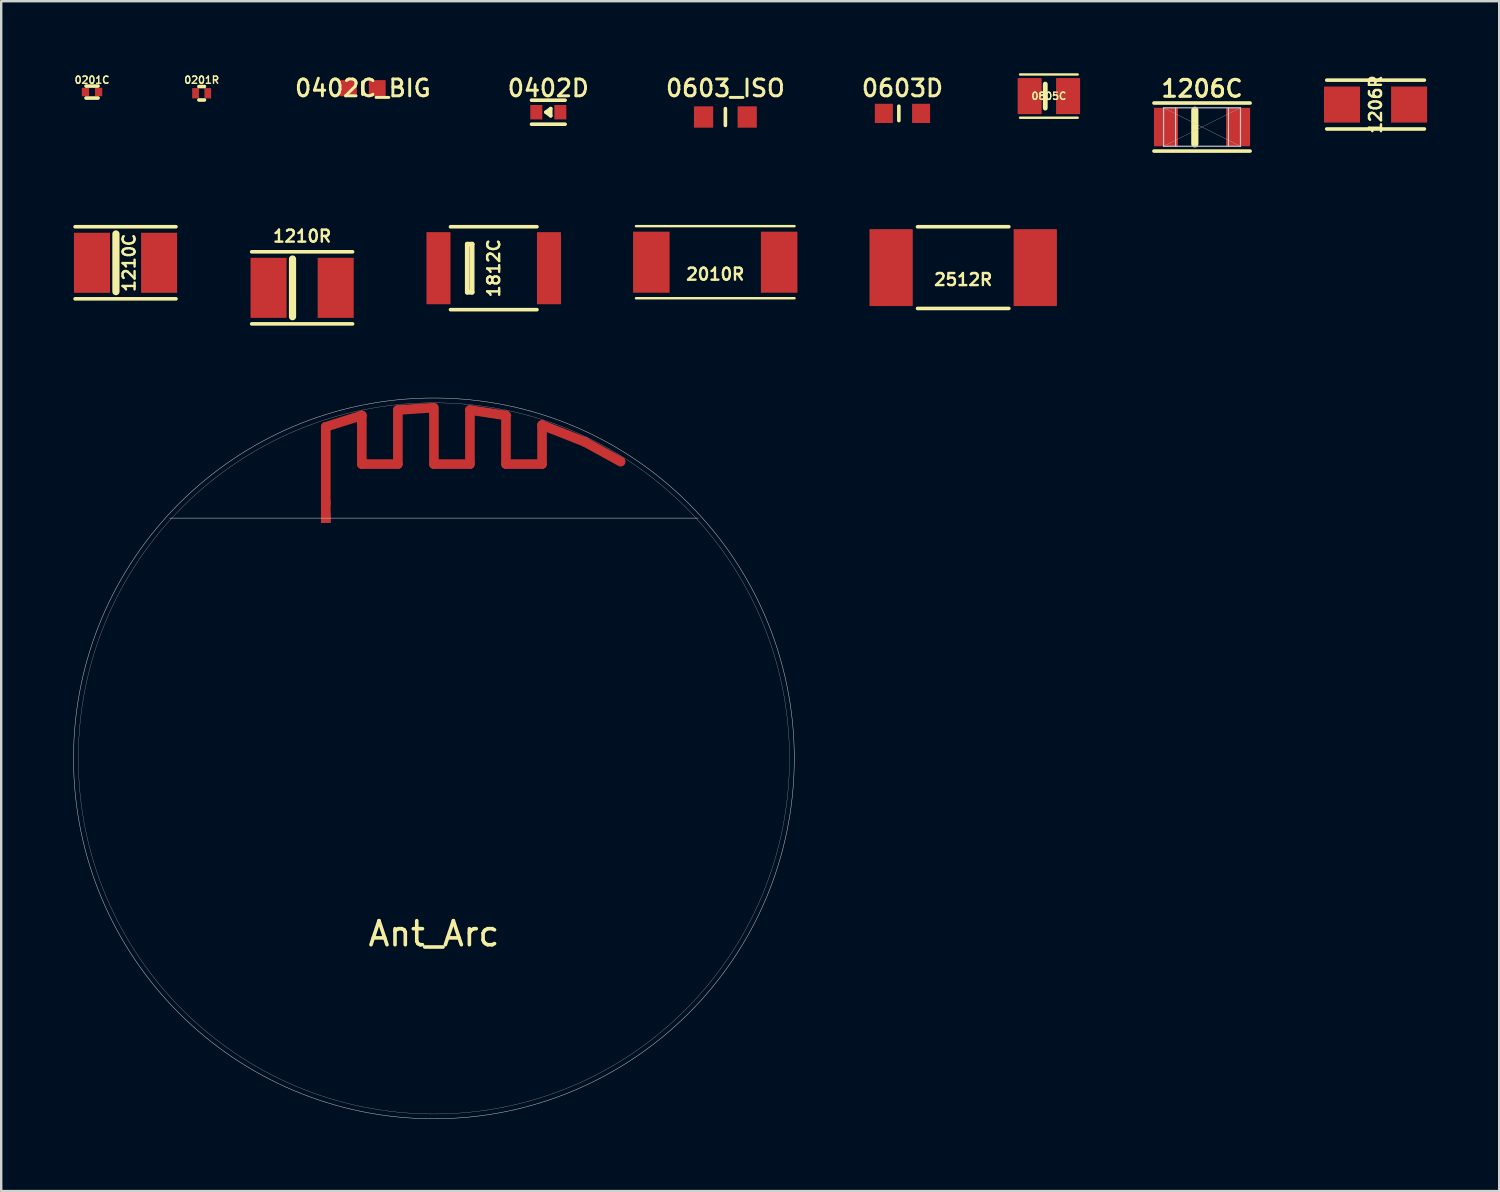
<source format=kicad_pcb>
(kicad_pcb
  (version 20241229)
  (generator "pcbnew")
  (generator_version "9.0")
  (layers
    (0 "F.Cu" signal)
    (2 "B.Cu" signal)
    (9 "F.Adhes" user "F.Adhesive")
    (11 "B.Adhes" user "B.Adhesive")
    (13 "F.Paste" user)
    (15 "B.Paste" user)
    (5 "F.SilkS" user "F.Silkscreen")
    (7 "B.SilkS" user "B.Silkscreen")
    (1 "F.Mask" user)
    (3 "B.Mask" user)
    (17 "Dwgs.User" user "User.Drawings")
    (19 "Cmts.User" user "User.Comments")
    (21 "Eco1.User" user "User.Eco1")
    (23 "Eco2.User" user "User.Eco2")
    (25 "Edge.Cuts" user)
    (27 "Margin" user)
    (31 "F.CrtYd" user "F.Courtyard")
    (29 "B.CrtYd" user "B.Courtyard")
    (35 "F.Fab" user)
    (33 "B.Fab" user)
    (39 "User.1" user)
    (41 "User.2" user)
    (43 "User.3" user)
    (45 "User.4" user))
  (footprint "0402C_BIG"
    (layer "F.Cu")
    (at 12.052 0.62)
    (property "Reference" "0402C_BIG" (at 0 0 0) (layer "F.SilkS") (effects (font (size 0.7 0.7) (thickness 0.12))))
    (attr smd)
    (fp_line (start 0 -0.25) (end 0 0.25) (stroke (width 0.15) (type solid)) (layer "F.SilkS"))
    (pad "1" smd rect (at -0.6 0) (size 0.7 0.67) (layers "F.Cu" "F.Mask" "F.Paste"))
    (pad "2" smd rect (at 0.6 0) (size 0.7 0.67) (layers "F.Cu" "F.Mask" "F.Paste")))
  (footprint "1206C"
    (layer "F.Cu")
    (at 46.981 2.238)
    (property "Reference" "1206C" (at 0 -1.6 0) (layer "F.SilkS") (effects (font (size 0.7 0.7) (thickness 0.13))))
    (attr through_hole)
    (fp_line (start -2 -1) (end 2 -1) (stroke (width 0.15) (type solid)) (layer "F.SilkS"))
    (fp_line (start -2 1) (end 2 1) (stroke (width 0.15) (type solid)) (layer "F.SilkS"))
    (fp_line (start -0.3 -0.7) (end -0.3 0.7) (stroke (width 0.3) (type solid)) (layer "F.SilkS"))
    (fp_line (start -1.6 -0.8) (end 1.6 -0.8) (stroke (width 0.05) (type solid)) (layer "Dwgs.User"))
    (fp_line (start -1.6 -0.8) (end 1.6 0.8) (stroke (width 0.01) (type solid)) (layer "Dwgs.User"))
    (fp_line (start -1.6 0.8) (end -1.6 -0.8) (stroke (width 0.05) (type solid)) (layer "Dwgs.User"))
    (fp_line (start -1.1 -0.8) (end -1.1 0.8) (stroke (width 0.05) (type solid)) (layer "Dwgs.User"))
    (fp_line (start 1.1 -0.8) (end 1.1 0.8) (stroke (width 0.05) (type solid)) (layer "Dwgs.User"))
    (fp_line (start 1.6 -0.8) (end -1.6 0.8) (stroke (width 0.01) (type solid)) (layer "Dwgs.User"))
    (fp_line (start 1.6 -0.8) (end 1.6 0.8) (stroke (width 0.05) (type solid)) (layer "Dwgs.User"))
    (fp_line (start 1.6 0.8) (end -1.6 0.8) (stroke (width 0.05) (type solid)) (layer "Dwgs.User"))
    (pad "1" smd rect (at -1.5 0) (size 1 1.6) (layers "F.Cu" "F.Mask" "F.Paste"))
    (pad "2" smd rect (at 1.5 0) (size 1 1.6) (layers "F.Cu" "F.Mask" "F.Paste")))
  (footprint "0201C"
    (layer "F.Cu")
    (at 0.781 0.781)
    (property "Reference" "0201C" (at 0 -0.5 0) (layer "F.SilkS") (effects (font (size 0.3 0.3) (thickness 0.06))))
    (attr smd)
    (fp_line (start -0.25 -0.25) (end 0.25 -0.25) (stroke (width 0.15) (type solid)) (layer "F.SilkS"))
    (fp_line (start 0.25 0.25) (end -0.25 0.25) (stroke (width 0.15) (type solid)) (layer "F.SilkS"))
    (pad "1" smd rect (at -0.275 0) (size 0.3 0.35) (layers "F.Cu" "F.Mask" "F.Paste"))
    (pad "2" smd rect (at 0.275 0) (size 0.3 0.35) (layers "F.Cu" "F.Mask" "F.Paste")))
  (footprint "2512R"
    (layer "F.Cu")
    (at 37.04 8.088)
    (property "Reference" "2512R" (at 0 0.5 0) (layer "F.SilkS") (effects (font (size 0.5 0.5) (thickness 0.1))))
    (attr through_hole)
    (fp_line (start -1.9 -1.7) (end 1.9 -1.7) (stroke (width 0.15) (type solid)) (layer "F.SilkS"))
    (fp_line (start -1.9 1.7) (end 1.9 1.7) (stroke (width 0.15) (type solid)) (layer "F.SilkS"))
    (pad "1" smd rect (at 3 0) (size 1.8 3.2) (layers "F.Cu" "F.Mask" "F.Paste"))
    (pad "2" smd rect (at -3 0) (size 1.8 3.2) (layers "F.Cu" "F.Mask" "F.Paste")))
  (footprint "0201R"
    (layer "F.Cu")
    (at 5.344 0.831)
    (property "Reference" "0201R" (at 0 -0.55 0) (layer "F.SilkS") (effects (font (size 0.3 0.3) (thickness 0.06))))
    (attr smd)
    (fp_line (start -0.115 0.28) (end 0.115 0.28) (stroke (width 0.15) (type solid)) (layer "F.SilkS"))
    (fp_line (start 0.115 -0.28) (end -0.115 -0.28) (stroke (width 0.15) (type solid)) (layer "F.SilkS"))
    (pad "1" smd rect (at -0.255 0) (size 0.28 0.43) (layers "F.Cu" "F.Mask" "F.Paste"))
    (pad "2" smd rect (at 0.255 0) (size 0.28 0.43) (layers "F.Cu" "F.Mask" "F.Paste")))
  (footprint "0402D"
    (layer "F.Cu")
    (at 19.772 1.62)
    (property "Reference" "0402D" (at 0 -1 0) (layer "F.SilkS") (effects (font (size 0.7 0.7) (thickness 0.12))))
    (attr smd)
    (fp_line (start -0.7 -0.5) (end 0.7 -0.5) (stroke (width 0.15) (type solid)) (layer "F.SilkS"))
    (fp_line (start -0.1 0) (end 0.1 0.15) (stroke (width 0.15) (type solid)) (layer "F.SilkS"))
    (fp_line (start 0.1 -0.15) (end -0.1 0) (stroke (width 0.15) (type solid)) (layer "F.SilkS"))
    (fp_line (start 0.1 0.15) (end 0.1 -0.15) (stroke (width 0.15) (type solid)) (layer "F.SilkS"))
    (fp_line (start 0.7 0.5) (end -0.7 0.5) (stroke (width 0.15) (type solid)) (layer "F.SilkS"))
    (pad "1" smd rect (at -0.5 0) (size 0.5 0.6) (layers "F.Cu" "F.Mask" "F.Paste"))
    (pad "2" smd rect (at 0.5 0) (size 0.5 0.6) (layers "F.Cu" "F.Mask" "F.Paste")))
  (footprint "2010R"
    (layer "F.Cu")
    (at 26.72 7.863)
    (property "Reference" "2010R" (at 0 0.5 0) (layer "F.SilkS") (effects (font (size 0.5 0.5) (thickness 0.1))))
    (attr through_hole)
    (fp_line (start -3.3 -1.5) (end 3.3 -1.5) (stroke (width 0.1) (type solid)) (layer "F.SilkS"))
    (fp_line (start 3.3 1.5) (end -3.3 1.5) (stroke (width 0.1) (type solid)) (layer "F.SilkS"))
    (pad "1" smd rect (at -2.66 0) (size 1.52 2.54) (layers "F.Cu" "F.Mask" "F.Paste"))
    (pad "2" smd rect (at 2.66 0) (size 1.52 2.54) (layers "F.Cu" "F.Mask" "F.Paste")))
  (footprint "0603_ISO"
    (layer "F.Cu")
    (at 27.142 1.82)
    (property "Reference" "0603_ISO" (at 0 -1.2 0) (layer "F.SilkS") (effects (font (size 0.7 0.7) (thickness 0.12))))
    (attr through_hole)
    (fp_line (start 0 0.35) (end 0 -0.35) (stroke (width 0.15) (type solid)) (layer "F.SilkS"))
    (pad "1" smd rect (at -0.908 0) (size 0.8 0.889) (layers "F.Cu" "F.Mask" "F.Paste"))
    (pad "2" smd rect (at 0.908 0) (size 0.8 0.889) (layers "F.Cu" "F.Mask" "F.Paste")))
  (footprint "1206R"
    (layer "F.Cu")
    (at 54.203 1.302)
    (property "Reference" "1206R" (at 0 0 90) (layer "F.SilkS") (effects (font (size 0.5 0.5) (thickness 0.1))))
    (attr smd)
    (fp_line (start -2.032 -1.016) (end 2.032 -1.016) (stroke (width 0.15) (type solid)) (layer "F.SilkS"))
    (fp_line (start -2.032 1.016) (end 2.032 1.016) (stroke (width 0.15) (type solid)) (layer "F.SilkS"))
    (pad "1" smd rect (at -1.397 0) (size 1.5 1.5) (layers "F.Cu" "F.Mask" "F.Paste"))
    (pad "2" smd rect (at 1.397 0) (size 1.5 1.5) (layers "F.Cu" "F.Mask" "F.Paste")))
  (footprint "0603D"
    (layer "F.Cu")
    (at 34.512 1.67)
    (property "Reference" "0603D" (at 0 -1.05 0) (layer "F.SilkS") (effects (font (size 0.7 0.7) (thickness 0.12))))
    (attr smd)
    (fp_line (start -0.15 0.3) (end -0.15 -0.3) (stroke (width 0.15) (type solid)) (layer "F.SilkS"))
    (pad "1" smd rect (at -0.775 0) (size 0.75 0.8) (layers "F.Cu" "F.Mask" "F.Paste"))
    (pad "2" smd rect (at 0.775 0) (size 0.75 0.8) (layers "F.Cu" "F.Mask" "F.Paste")))
  (footprint "1812C"
    (layer "F.Cu")
    (at 17.5 8.113)
    (property "Reference" "1812C" (at 0 0 90) (layer "F.SilkS") (effects (font (size 0.5 0.5) (thickness 0.1))))
    (attr smd)
    (fp_line (start -1.8 1.725) (end 1.8 1.725) (stroke (width 0.15) (type solid)) (layer "F.SilkS"))
    (fp_line (start -1.1 -1) (end -0.9 -1) (stroke (width 0.2) (type solid)) (layer "F.SilkS"))
    (fp_line (start -1.1 1) (end -1.1 -1) (stroke (width 0.2) (type solid)) (layer "F.SilkS"))
    (fp_line (start -0.9 -1) (end -0.9 1) (stroke (width 0.2) (type solid)) (layer "F.SilkS"))
    (fp_line (start -0.9 1) (end -1.1 1) (stroke (width 0.2) (type solid)) (layer "F.SilkS"))
    (fp_line (start 1.8 -1.725) (end -1.8 -1.725) (stroke (width 0.15) (type solid)) (layer "F.SilkS"))
    (pad "1" smd rect (at -2.3 0) (size 1 3) (layers "F.Cu" "F.Mask" "F.Paste"))
    (pad "2" smd rect (at 2.3 0) (size 1 3) (layers "F.Cu" "F.Mask" "F.Paste")))
  (footprint "1210R"
    (layer "F.Cu")
    (at 9.525 8.931)
    (property "Reference" "1210R" (at 0 -2.15 0) (layer "F.SilkS") (effects (font (size 0.5 0.5) (thickness 0.1))))
    (attr through_hole)
    (fp_line (start -2.1 -1.5) (end 2.1 -1.5) (stroke (width 0.15) (type solid)) (layer "F.SilkS"))
    (fp_line (start -2.1 1.5) (end 2.1 1.5) (stroke (width 0.15) (type solid)) (layer "F.SilkS"))
    (fp_line (start -0.4 -1.2) (end -0.4 1.2) (stroke (width 0.3) (type solid)) (layer "F.SilkS"))
    (pad "1" smd rect (at -1.397 0) (size 1.5 2.5) (layers "F.Cu" "F.Mask" "F.Paste"))
    (pad "2" smd rect (at 1.397 0) (size 1.5 2.5) (layers "F.Cu" "F.Mask" "F.Paste")))
  (footprint "1210C"
    (layer "F.Cu")
    (at 2.175 7.888)
    (property "Reference" "1210C" (at 0.15 0 90) (layer "F.SilkS") (effects (font (size 0.5 0.5) (thickness 0.1))))
    (attr through_hole)
    (fp_line (start -2.1 -1.5) (end 2.1 -1.5) (stroke (width 0.15) (type solid)) (layer "F.SilkS"))
    (fp_line (start -2.1 1.5) (end 2.1 1.5) (stroke (width 0.15) (type solid)) (layer "F.SilkS"))
    (fp_line (start -0.4 -1.2) (end -0.4 1.2) (stroke (width 0.3) (type solid)) (layer "F.SilkS"))
    (pad "1" smd rect (at -1.397 0) (size 1.5 2.5) (layers "F.Cu" "F.Mask" "F.Paste"))
    (pad "2" smd rect (at 1.397 0) (size 1.5 2.5) (layers "F.Cu" "F.Mask" "F.Paste")))
  (footprint "0805C"
    (layer "F.Cu")
    (at 40.606 0.95)
    (property "Reference" "0805C" (at 0 0 0) (layer "F.SilkS") (effects (font (size 0.3 0.3) (thickness 0.06))))
    (attr smd)
    (fp_line (start -1.2 0.9) (end 1.2 0.9) (stroke (width 0.1) (type solid)) (layer "F.SilkS"))
    (fp_line (start -0.15 -0.5) (end -0.15 0.5) (stroke (width 0.2) (type solid)) (layer "F.SilkS"))
    (fp_line (start 1.2 -0.9) (end -1.2 -0.9) (stroke (width 0.1) (type solid)) (layer "F.SilkS"))
    (pad "1" smd rect (at -0.8 0) (size 1 1.5) (layers "F.Cu" "F.Mask" "F.Paste"))
    (pad "2" smd rect (at 0.8 0) (size 1 1.5) (layers "F.Cu" "F.Mask" "F.Paste")))
  (footprint "Ant_Arc"
    (layer "F.Cu")
    (at 15.01 28.516)
    (property "Reference" "Ant_Arc" (at 0 7.3 0) (layer "F.SilkS") (effects (font (size 1 1) (thickness 0.15))))
    (attr through_hole)
    (fp_line (start -4.5 -13.8) (end -4.5 -10.6) (stroke (width 0.4) (type solid)) (layer "F.Cu"))
    (fp_line (start -4.5 -13.8) (end -3 -14.275) (stroke (width 0.4) (type solid)) (layer "F.Cu"))
    (fp_line (start -3 -14.275) (end -3 -12.25) (stroke (width 0.4) (type solid)) (layer "F.Cu"))
    (fp_line (start -3 -12.25) (end -1.5 -12.25) (stroke (width 0.4) (type solid)) (layer "F.Cu"))
    (fp_line (start -1.5 -14.5) (end 0 -14.6) (stroke (width 0.4) (type solid)) (layer "F.Cu"))
    (fp_line (start -1.5 -12.25) (end -1.5 -14.5) (stroke (width 0.4) (type solid)) (layer "F.Cu"))
    (fp_line (start 0 -14.5) (end 0 -12.25) (stroke (width 0.4) (type solid)) (layer "F.Cu"))
    (fp_line (start 0 -12.25) (end 1.5 -12.25) (stroke (width 0.4) (type solid)) (layer "F.Cu"))
    (fp_line (start 1.5 -14.5) (end 3 -14.275) (stroke (width 0.4) (type solid)) (layer "F.Cu"))
    (fp_line (start 1.5 -12.25) (end 1.5 -14.5) (stroke (width 0.4) (type solid)) (layer "F.Cu"))
    (fp_line (start 3 -14.275) (end 3 -12.25) (stroke (width 0.4) (type solid)) (layer "F.Cu"))
    (fp_line (start 3 -12.25) (end 4.5 -12.25) (stroke (width 0.4) (type solid)) (layer "F.Cu"))
    (fp_line (start 4.5 -13.875) (end 6.275 -13.175) (stroke (width 0.4) (type solid)) (layer "F.Cu"))
    (fp_line (start 4.5 -12.25) (end 4.5 -13.875) (stroke (width 0.4) (type solid)) (layer "F.Cu"))
    (fp_line (start 6.275 -13.175) (end 7.775 -12.35) (stroke (width 0.4) (type solid)) (layer "F.Cu"))
    (fp_poly (pts (xy -4.3 -9.8) (xy -4.7 -9.8) (xy -4.7 -10.725) (xy -4.3 -10.725)) (stroke (width 0) (type solid)) (fill yes) (layer "F.Cu"))
    (fp_line (start -11 -10) (end 11 -10) (stroke (width 0.02) (type solid)) (layer "Dwgs.User"))
    (fp_circle (center 0 0) (end 14.8 0) (stroke (width 0.01) (type solid)) (fill no) (layer "Dwgs.User"))
    (fp_circle (center 0 0) (end 15 0) (stroke (width 0.02) (type solid)) (fill no) (layer "Dwgs.User"))
    (pad "1" smd rect (at -4.5 -10) (size 0.4 0.4) (layers "F.Cu")))
  (gr_rect
    (start -3 -3)
    (end 59.35 46.526)
    (stroke (width 0.1) (type default))
    (fill no)
    (layer "Edge.Cuts")))
</source>
